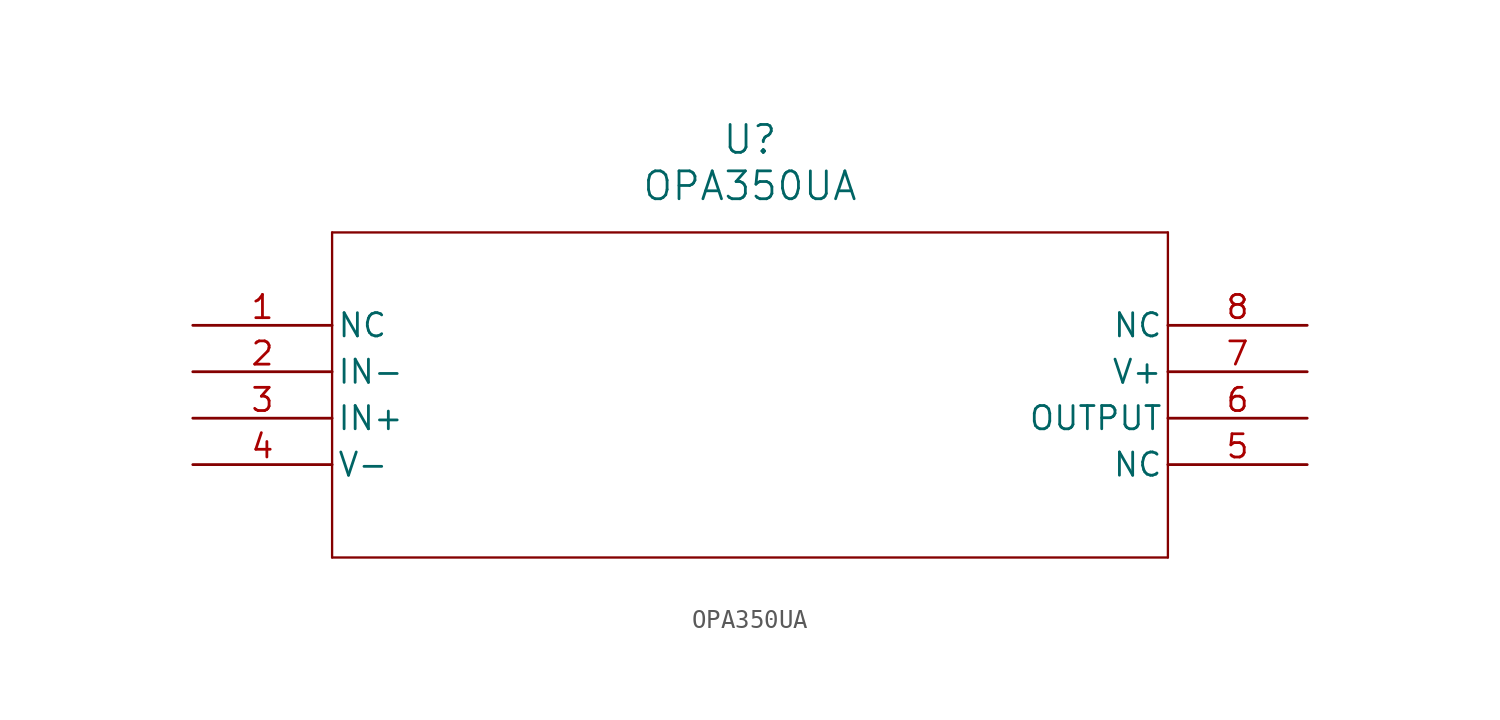
<source format=kicad_sym>
(kicad_symbol_lib
  (version 20211014)
  (generator kicad_symbol_editor)
  (symbol "OPA350UA"
    (pin_names
      (offset 0.254))
    (property "Reference" "U"
      (at 30.48 10.16 0)
      (effects (font (size 1.524 1.524))))
    (property "Value" "OPA350UA"
      (at 30.48 7.62 0)
      (effects (font (size 1.524 1.524))))
    (symbol "OPA350UA_0_1"
      (polyline (pts (xy 7.62 5.08) (xy 7.62 -12.7)) (stroke (width 0.127) (type default) (color 0 0 0 0)) (fill (type none)))
      (polyline (pts (xy 7.62 -12.7) (xy 53.34 -12.7)) (stroke (width 0.127) (type default) (color 0 0 0 0)) (fill (type none)))
      (polyline (pts (xy 53.34 -12.7) (xy 53.34 5.08)) (stroke (width 0.127) (type default) (color 0 0 0 0)) (fill (type none)))
      (polyline (pts (xy 53.34 5.08) (xy 7.62 5.08)) (stroke (width 0.127) (type default) (color 0 0 0 0)) (fill (type none)))
      (pin unspecified line (at 0 0 0) (length 7.62) (name "NC" (effects (font (size 1.27 1.27)))) (number "1" (effects (font (size 1.27 1.27)))))
      (pin input line (at 0 -2.54 0) (length 7.62) (name "IN-" (effects (font (size 1.27 1.27)))) (number "2" (effects (font (size 1.27 1.27)))))
      (pin input line (at 0 -5.08 0) (length 7.62) (name "IN+" (effects (font (size 1.27 1.27)))) (number "3" (effects (font (size 1.27 1.27)))))
      (pin power_in line (at 0 -7.62 0) (length 7.62) (name "V-" (effects (font (size 1.27 1.27)))) (number "4" (effects (font (size 1.27 1.27)))))
      (pin unspecified line (at 60.96 -7.62 180) (length 7.62) (name "NC" (effects (font (size 1.27 1.27)))) (number "5" (effects (font (size 1.27 1.27)))))
      (pin output line (at 60.96 -5.08 180) (length 7.62) (name "OUTPUT" (effects (font (size 1.27 1.27)))) (number "6" (effects (font (size 1.27 1.27)))))
      (pin power_in line (at 60.96 -2.54 180) (length 7.62) (name "V+" (effects (font (size 1.27 1.27)))) (number "7" (effects (font (size 1.27 1.27)))))
      (pin unspecified line (at 60.96 0 180) (length 7.62) (name "NC" (effects (font (size 1.27 1.27)))) (number "8" (effects (font (size 1.27 1.27))))))))
</source>
